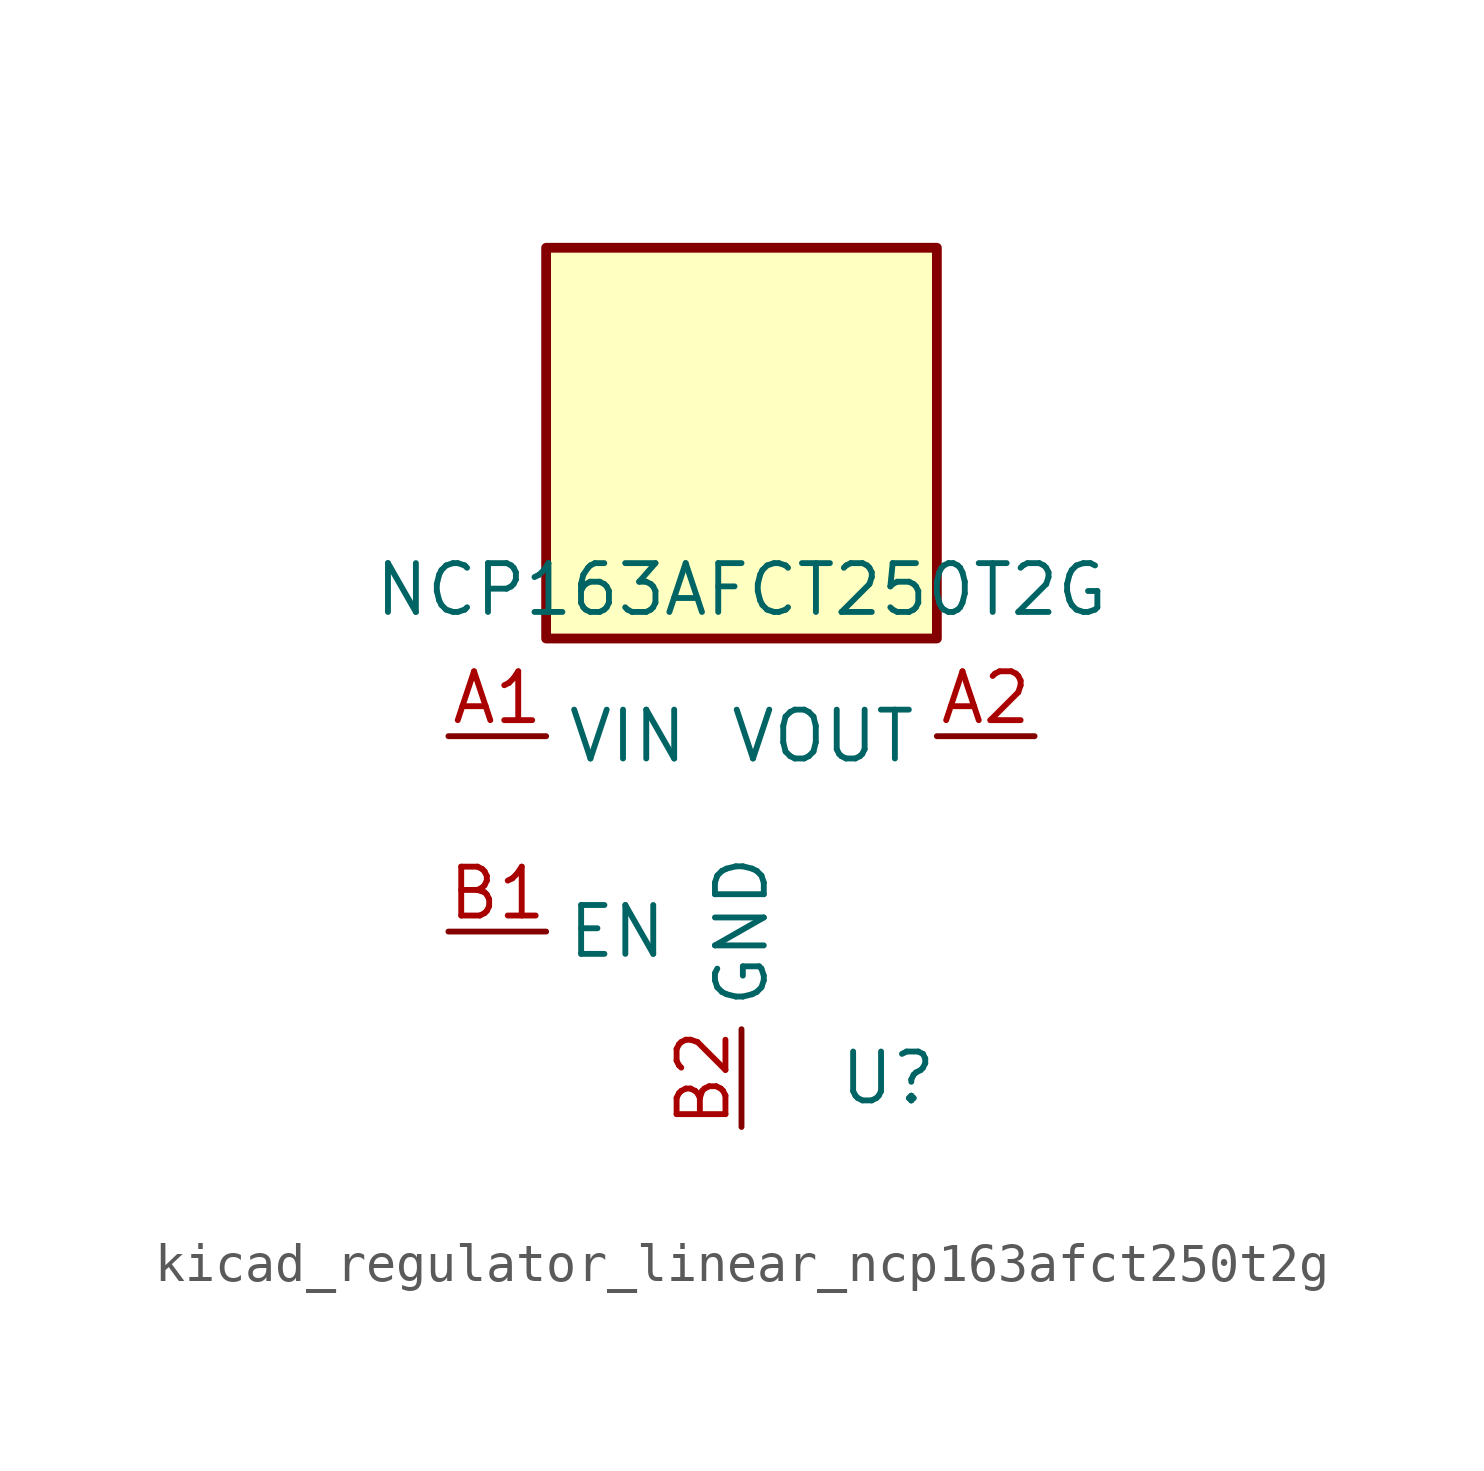
<source format=kicad_sym>
(kicad_symbol_lib
  (version 20220914)
  (generator kicad_symbol_editor)
  (symbol "kicad_regulator_linear_ncp163afct250t2g"
    (property "Reference" "U"
      (at 3.81 -6.35 0)
      (effects (font (size 1.27 1.27))))
    (property "Value" "NCP163AFCT250T2G"
      (at 0 6.35 0)
      (effects (font (size 1.27 1.27))))
    (symbol "kicad_regulator_linear_ncp163afct250t2g_0_1"
      (rectangle (start 5.08 15.24) (end -5.08 5.08) (stroke (width 0.254) (type default)) (fill (type background))))
    (symbol "kicad_regulator_linear_ncp163afct250t2g_1_1"
      (pin power_in line (at -7.62 2.54 0) (length 2.54) (name "VIN" (effects (font (size 1.27 1.27)))) (number "A1" (effects (font (size 1.27 1.27)))))
      (pin power_out line (at 7.62 2.54 180) (length 2.54) (name "VOUT" (effects (font (size 1.27 1.27)))) (number "A2" (effects (font (size 1.27 1.27)))))
      (pin input line (at -7.62 -2.54 0) (length 2.54) (name "EN" (effects (font (size 1.27 1.27)))) (number "B1" (effects (font (size 1.27 1.27)))))
      (pin power_in line (at 0 -7.62 90) (length 2.54) (name "GND" (effects (font (size 1.27 1.27)))) (number "B2" (effects (font (size 1.27 1.27))))))))
</source>
